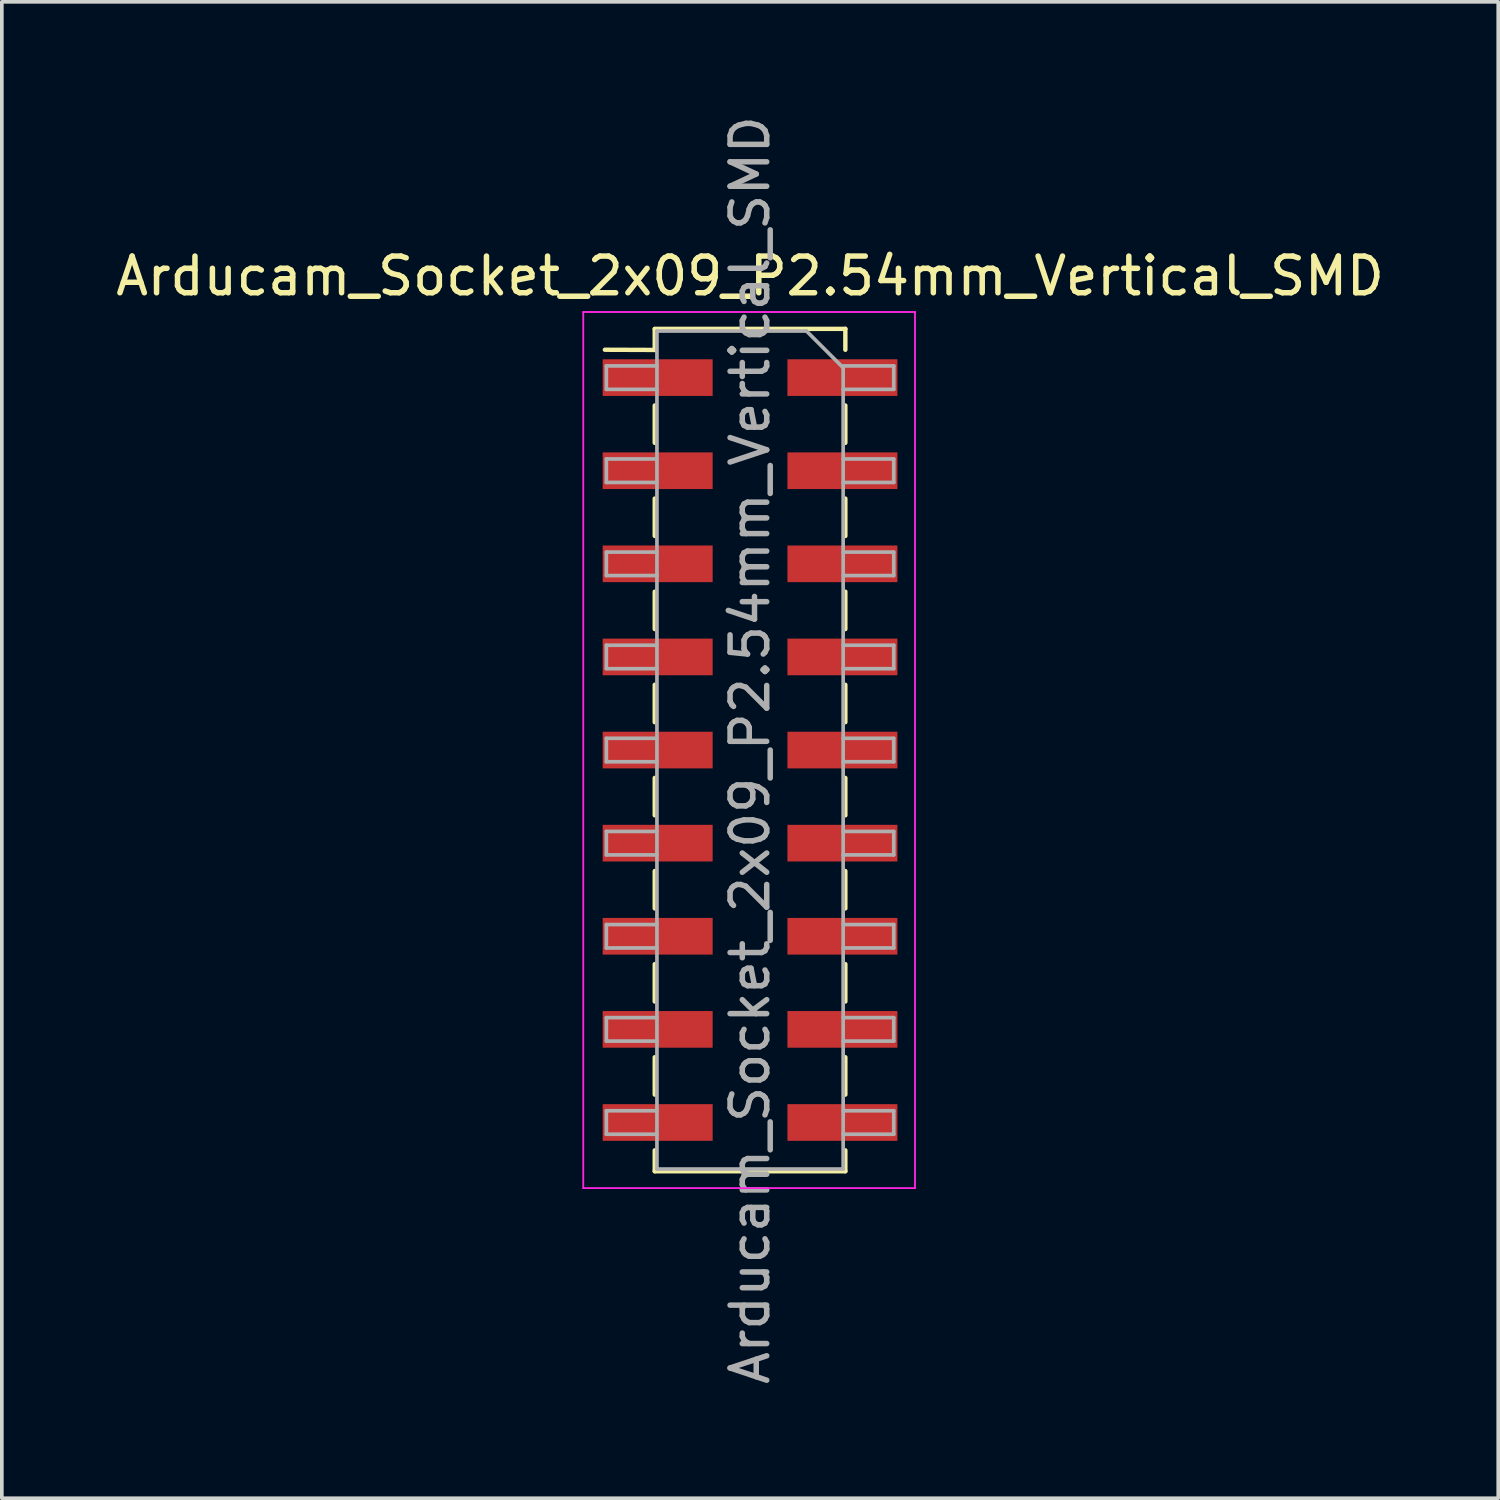
<source format=kicad_pcb>
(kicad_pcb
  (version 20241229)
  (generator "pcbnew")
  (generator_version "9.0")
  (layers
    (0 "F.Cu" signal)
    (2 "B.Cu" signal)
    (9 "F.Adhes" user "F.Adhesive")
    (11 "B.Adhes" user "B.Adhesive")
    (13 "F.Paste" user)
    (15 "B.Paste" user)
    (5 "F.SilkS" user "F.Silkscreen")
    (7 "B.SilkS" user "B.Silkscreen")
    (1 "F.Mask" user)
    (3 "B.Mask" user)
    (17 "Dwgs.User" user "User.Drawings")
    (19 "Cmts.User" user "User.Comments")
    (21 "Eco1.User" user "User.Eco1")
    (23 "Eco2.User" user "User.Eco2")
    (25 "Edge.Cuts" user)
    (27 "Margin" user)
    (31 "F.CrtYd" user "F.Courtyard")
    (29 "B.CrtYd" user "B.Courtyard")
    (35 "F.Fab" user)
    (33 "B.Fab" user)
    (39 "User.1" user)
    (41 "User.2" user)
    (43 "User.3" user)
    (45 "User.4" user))
  (footprint "Arducam_Socket_2x09_P2.54mm_Vertical_SMD"
    (layer "F.Cu")
    (at 17.411 17.411)
    (property "Reference" "Arducam_Socket_2x09_P2.54mm_Vertical_SMD" (at 0 -12.93 0) (layer "F.SilkS") (effects (font (size 1 1) (thickness 0.15))))
    (attr smd)
    (fp_line (start -3.96 -10.92) (end -2.6 -10.915) (stroke (width 0.12) (type solid)) (layer "F.SilkS"))
    (fp_line (start -2.6 -11.49) (end 2.6 -11.49) (stroke (width 0.12) (type solid)) (layer "F.SilkS"))
    (fp_line (start -2.6 -11.485) (end -2.6 -10.915) (stroke (width 0.12) (type solid)) (layer "F.SilkS"))
    (fp_line (start -2.6 -9.4) (end -2.6 -8.38) (stroke (width 0.12) (type solid)) (layer "F.SilkS"))
    (fp_line (start -2.6 -6.86) (end -2.6 -5.84) (stroke (width 0.12) (type solid)) (layer "F.SilkS"))
    (fp_line (start -2.6 -4.32) (end -2.6 -3.3) (stroke (width 0.12) (type solid)) (layer "F.SilkS"))
    (fp_line (start -2.6 -1.78) (end -2.6 -0.76) (stroke (width 0.12) (type solid)) (layer "F.SilkS"))
    (fp_line (start -2.6 0.76) (end -2.6 1.78) (stroke (width 0.12) (type solid)) (layer "F.SilkS"))
    (fp_line (start -2.6 3.3) (end -2.6 4.32) (stroke (width 0.12) (type solid)) (layer "F.SilkS"))
    (fp_line (start -2.6 5.84) (end -2.6 6.86) (stroke (width 0.12) (type solid)) (layer "F.SilkS"))
    (fp_line (start -2.6 8.38) (end -2.6 9.4) (stroke (width 0.12) (type solid)) (layer "F.SilkS"))
    (fp_line (start -2.6 10.92) (end -2.6 11.49) (stroke (width 0.12) (type solid)) (layer "F.SilkS"))
    (fp_line (start -2.6 11.49) (end 2.6 11.49) (stroke (width 0.12) (type solid)) (layer "F.SilkS"))
    (fp_line (start 2.6 -11.49) (end 2.6 -10.92) (stroke (width 0.12) (type solid)) (layer "F.SilkS"))
    (fp_line (start 2.6 -9.4) (end 2.6 -8.38) (stroke (width 0.12) (type solid)) (layer "F.SilkS"))
    (fp_line (start 2.6 -6.86) (end 2.6 -5.84) (stroke (width 0.12) (type solid)) (layer "F.SilkS"))
    (fp_line (start 2.6 -4.32) (end 2.6 -3.3) (stroke (width 0.12) (type solid)) (layer "F.SilkS"))
    (fp_line (start 2.6 -1.78) (end 2.6 -0.76) (stroke (width 0.12) (type solid)) (layer "F.SilkS"))
    (fp_line (start 2.6 0.76) (end 2.6 1.78) (stroke (width 0.12) (type solid)) (layer "F.SilkS"))
    (fp_line (start 2.6 3.3) (end 2.6 4.32) (stroke (width 0.12) (type solid)) (layer "F.SilkS"))
    (fp_line (start 2.6 5.84) (end 2.6 6.86) (stroke (width 0.12) (type solid)) (layer "F.SilkS"))
    (fp_line (start 2.6 8.38) (end 2.6 9.4) (stroke (width 0.12) (type solid)) (layer "F.SilkS"))
    (fp_line (start 2.6 10.92) (end 2.6 11.49) (stroke (width 0.12) (type solid)) (layer "F.SilkS"))
    (fp_line (start -4.55 -11.95) (end 4.5 -11.95) (stroke (width 0.05) (type solid)) (layer "F.CrtYd"))
    (fp_line (start -4.55 11.95) (end -4.55 -11.95) (stroke (width 0.05) (type solid)) (layer "F.CrtYd"))
    (fp_line (start 4.5 -11.95) (end 4.5 11.95) (stroke (width 0.05) (type solid)) (layer "F.CrtYd"))
    (fp_line (start 4.5 11.95) (end -4.55 11.95) (stroke (width 0.05) (type solid)) (layer "F.CrtYd"))
    (fp_line (start -3.92 -10.48) (end -2.54 -10.48) (stroke (width 0.1) (type solid)) (layer "F.Fab"))
    (fp_line (start -3.92 -9.84) (end -3.92 -10.48) (stroke (width 0.1) (type solid)) (layer "F.Fab"))
    (fp_line (start -3.92 -7.94) (end -2.54 -7.94) (stroke (width 0.1) (type solid)) (layer "F.Fab"))
    (fp_line (start -3.92 -7.3) (end -3.92 -7.94) (stroke (width 0.1) (type solid)) (layer "F.Fab"))
    (fp_line (start -3.92 -5.4) (end -2.54 -5.4) (stroke (width 0.1) (type solid)) (layer "F.Fab"))
    (fp_line (start -3.92 -4.76) (end -3.92 -5.4) (stroke (width 0.1) (type solid)) (layer "F.Fab"))
    (fp_line (start -3.92 -2.86) (end -2.54 -2.86) (stroke (width 0.1) (type solid)) (layer "F.Fab"))
    (fp_line (start -3.92 -2.22) (end -3.92 -2.86) (stroke (width 0.1) (type solid)) (layer "F.Fab"))
    (fp_line (start -3.92 -0.32) (end -2.54 -0.32) (stroke (width 0.1) (type solid)) (layer "F.Fab"))
    (fp_line (start -3.92 0.32) (end -3.92 -0.32) (stroke (width 0.1) (type solid)) (layer "F.Fab"))
    (fp_line (start -3.92 2.22) (end -2.54 2.22) (stroke (width 0.1) (type solid)) (layer "F.Fab"))
    (fp_line (start -3.92 2.86) (end -3.92 2.22) (stroke (width 0.1) (type solid)) (layer "F.Fab"))
    (fp_line (start -3.92 4.76) (end -2.54 4.76) (stroke (width 0.1) (type solid)) (layer "F.Fab"))
    (fp_line (start -3.92 5.4) (end -3.92 4.76) (stroke (width 0.1) (type solid)) (layer "F.Fab"))
    (fp_line (start -3.92 7.3) (end -2.54 7.3) (stroke (width 0.1) (type solid)) (layer "F.Fab"))
    (fp_line (start -3.92 7.94) (end -3.92 7.3) (stroke (width 0.1) (type solid)) (layer "F.Fab"))
    (fp_line (start -3.92 9.84) (end -2.54 9.84) (stroke (width 0.1) (type solid)) (layer "F.Fab"))
    (fp_line (start -3.92 10.48) (end -3.92 9.84) (stroke (width 0.1) (type solid)) (layer "F.Fab"))
    (fp_line (start -2.54 -11.43) (end 1.54 -11.43) (stroke (width 0.1) (type solid)) (layer "F.Fab"))
    (fp_line (start -2.54 -9.84) (end -3.92 -9.84) (stroke (width 0.1) (type solid)) (layer "F.Fab"))
    (fp_line (start -2.54 -7.3) (end -3.92 -7.3) (stroke (width 0.1) (type solid)) (layer "F.Fab"))
    (fp_line (start -2.54 -4.76) (end -3.92 -4.76) (stroke (width 0.1) (type solid)) (layer "F.Fab"))
    (fp_line (start -2.54 -2.22) (end -3.92 -2.22) (stroke (width 0.1) (type solid)) (layer "F.Fab"))
    (fp_line (start -2.54 0.32) (end -3.92 0.32) (stroke (width 0.1) (type solid)) (layer "F.Fab"))
    (fp_line (start -2.54 2.86) (end -3.92 2.86) (stroke (width 0.1) (type solid)) (layer "F.Fab"))
    (fp_line (start -2.54 5.4) (end -3.92 5.4) (stroke (width 0.1) (type solid)) (layer "F.Fab"))
    (fp_line (start -2.54 7.94) (end -3.92 7.94) (stroke (width 0.1) (type solid)) (layer "F.Fab"))
    (fp_line (start -2.54 10.48) (end -3.92 10.48) (stroke (width 0.1) (type solid)) (layer "F.Fab"))
    (fp_line (start -2.54 11.43) (end -2.54 -11.43) (stroke (width 0.1) (type solid)) (layer "F.Fab"))
    (fp_line (start 1.54 -11.43) (end 2.54 -10.43) (stroke (width 0.1) (type solid)) (layer "F.Fab"))
    (fp_line (start 2.54 -10.48) (end 3.92 -10.48) (stroke (width 0.1) (type solid)) (layer "F.Fab"))
    (fp_line (start 2.54 -10.43) (end 2.54 11.43) (stroke (width 0.1) (type solid)) (layer "F.Fab"))
    (fp_line (start 2.54 -7.94) (end 3.92 -7.94) (stroke (width 0.1) (type solid)) (layer "F.Fab"))
    (fp_line (start 2.54 -5.4) (end 3.92 -5.4) (stroke (width 0.1) (type solid)) (layer "F.Fab"))
    (fp_line (start 2.54 -2.86) (end 3.92 -2.86) (stroke (width 0.1) (type solid)) (layer "F.Fab"))
    (fp_line (start 2.54 -0.32) (end 3.92 -0.32) (stroke (width 0.1) (type solid)) (layer "F.Fab"))
    (fp_line (start 2.54 2.22) (end 3.92 2.22) (stroke (width 0.1) (type solid)) (layer "F.Fab"))
    (fp_line (start 2.54 4.76) (end 3.92 4.76) (stroke (width 0.1) (type solid)) (layer "F.Fab"))
    (fp_line (start 2.54 7.3) (end 3.92 7.3) (stroke (width 0.1) (type solid)) (layer "F.Fab"))
    (fp_line (start 2.54 9.84) (end 3.92 9.84) (stroke (width 0.1) (type solid)) (layer "F.Fab"))
    (fp_line (start 2.54 11.43) (end -2.54 11.43) (stroke (width 0.1) (type solid)) (layer "F.Fab"))
    (fp_line (start 3.92 -10.48) (end 3.92 -9.84) (stroke (width 0.1) (type solid)) (layer "F.Fab"))
    (fp_line (start 3.92 -9.84) (end 2.54 -9.84) (stroke (width 0.1) (type solid)) (layer "F.Fab"))
    (fp_line (start 3.92 -7.94) (end 3.92 -7.3) (stroke (width 0.1) (type solid)) (layer "F.Fab"))
    (fp_line (start 3.92 -7.3) (end 2.54 -7.3) (stroke (width 0.1) (type solid)) (layer "F.Fab"))
    (fp_line (start 3.92 -5.4) (end 3.92 -4.76) (stroke (width 0.1) (type solid)) (layer "F.Fab"))
    (fp_line (start 3.92 -4.76) (end 2.54 -4.76) (stroke (width 0.1) (type solid)) (layer "F.Fab"))
    (fp_line (start 3.92 -2.86) (end 3.92 -2.22) (stroke (width 0.1) (type solid)) (layer "F.Fab"))
    (fp_line (start 3.92 -2.22) (end 2.54 -2.22) (stroke (width 0.1) (type solid)) (layer "F.Fab"))
    (fp_line (start 3.92 -0.32) (end 3.92 0.32) (stroke (width 0.1) (type solid)) (layer "F.Fab"))
    (fp_line (start 3.92 0.32) (end 2.54 0.32) (stroke (width 0.1) (type solid)) (layer "F.Fab"))
    (fp_line (start 3.92 2.22) (end 3.92 2.86) (stroke (width 0.1) (type solid)) (layer "F.Fab"))
    (fp_line (start 3.92 2.86) (end 2.54 2.86) (stroke (width 0.1) (type solid)) (layer "F.Fab"))
    (fp_line (start 3.92 4.76) (end 3.92 5.4) (stroke (width 0.1) (type solid)) (layer "F.Fab"))
    (fp_line (start 3.92 5.4) (end 2.54 5.4) (stroke (width 0.1) (type solid)) (layer "F.Fab"))
    (fp_line (start 3.92 7.3) (end 3.92 7.94) (stroke (width 0.1) (type solid)) (layer "F.Fab"))
    (fp_line (start 3.92 7.94) (end 2.54 7.94) (stroke (width 0.1) (type solid)) (layer "F.Fab"))
    (fp_line (start 3.92 9.84) (end 3.92 10.48) (stroke (width 0.1) (type solid)) (layer "F.Fab"))
    (fp_line (start 3.92 10.48) (end 2.54 10.48) (stroke (width 0.1) (type solid)) (layer "F.Fab"))
    (fp_text user "${REFERENCE}" (at 0 0 90) (layer "F.Fab") (effects (font (size 1 1) (thickness 0.15))))
    (pad "1" smd rect (at -2.52 -10.16) (size 3 1) (layers "F.Cu" "F.Mask" "F.Paste"))
    (pad "2" smd rect (at -2.52 -7.62) (size 3 1) (layers "F.Cu" "F.Mask" "F.Paste"))
    (pad "3" smd rect (at -2.52 -5.08) (size 3 1) (layers "F.Cu" "F.Mask" "F.Paste"))
    (pad "4" smd rect (at -2.52 -2.54) (size 3 1) (layers "F.Cu" "F.Mask" "F.Paste"))
    (pad "5" smd rect (at -2.52 0) (size 3 1) (layers "F.Cu" "F.Mask" "F.Paste"))
    (pad "6" smd rect (at -2.52 2.54) (size 3 1) (layers "F.Cu" "F.Mask" "F.Paste"))
    (pad "7" smd rect (at -2.52 5.08) (size 3 1) (layers "F.Cu" "F.Mask" "F.Paste"))
    (pad "8" smd rect (at -2.52 7.62) (size 3 1) (layers "F.Cu" "F.Mask" "F.Paste"))
    (pad "9" smd rect (at -2.52 10.16) (size 3 1) (layers "F.Cu" "F.Mask" "F.Paste"))
    (pad "10" smd rect (at 2.52 10.16) (size 3 1) (layers "F.Cu" "F.Mask" "F.Paste"))
    (pad "11" smd rect (at 2.52 7.62) (size 3 1) (layers "F.Cu" "F.Mask" "F.Paste"))
    (pad "12" smd rect (at 2.52 5.08) (size 3 1) (layers "F.Cu" "F.Mask" "F.Paste"))
    (pad "13" smd rect (at 2.52 2.54) (size 3 1) (layers "F.Cu" "F.Mask" "F.Paste"))
    (pad "14" smd rect (at 2.52 0) (size 3 1) (layers "F.Cu" "F.Mask" "F.Paste"))
    (pad "15" smd rect (at 2.52 -2.54) (size 3 1) (layers "F.Cu" "F.Mask" "F.Paste"))
    (pad "16" smd rect (at 2.52 -5.08) (size 3 1) (layers "F.Cu" "F.Mask" "F.Paste"))
    (pad "17" smd rect (at 2.52 -7.62) (size 3 1) (layers "F.Cu" "F.Mask" "F.Paste"))
    (pad "18" smd rect (at 2.52 -10.16) (size 3 1) (layers "F.Cu" "F.Mask" "F.Paste")))
  (gr_rect
    (start -3 -3)
    (end 37.821 37.821)
    (stroke (width 0.1) (type default))
    (fill no)
    (layer "Edge.Cuts")))
</source>
